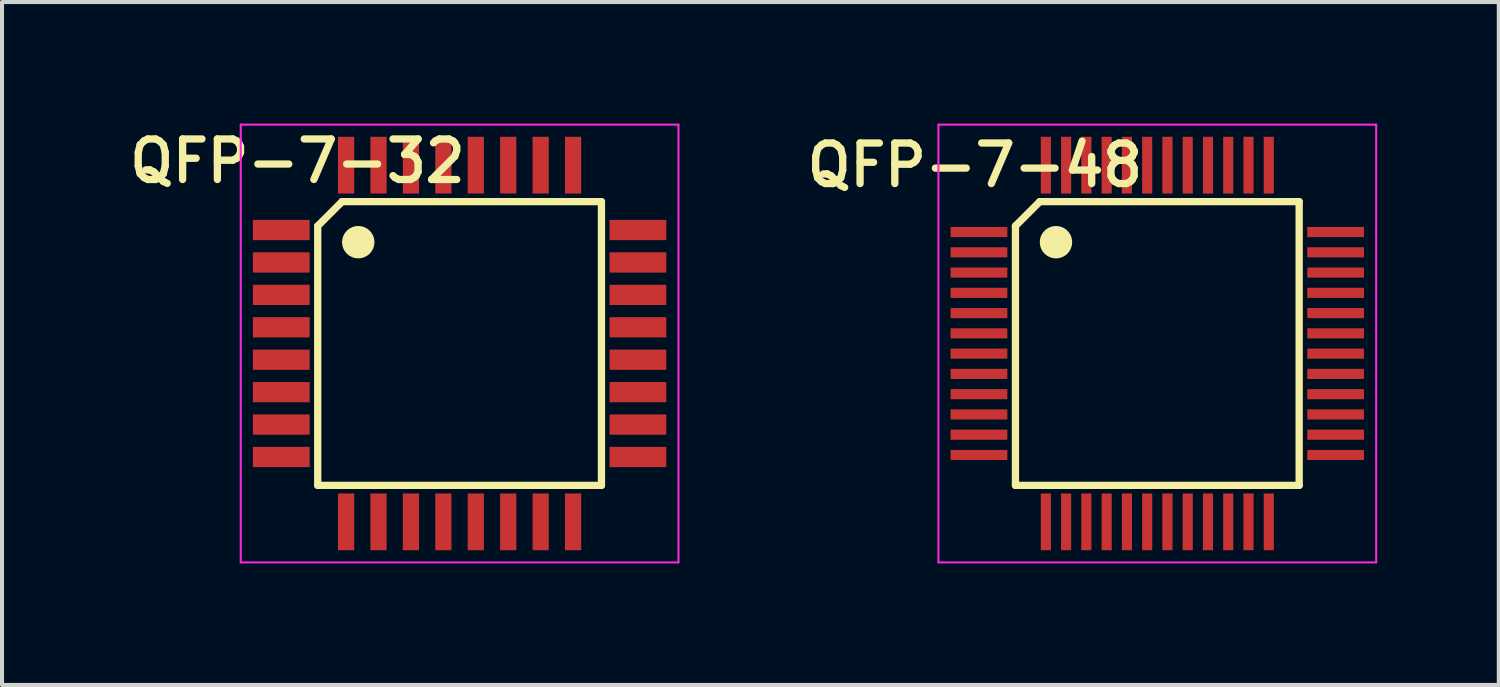
<source format=kicad_pcb>
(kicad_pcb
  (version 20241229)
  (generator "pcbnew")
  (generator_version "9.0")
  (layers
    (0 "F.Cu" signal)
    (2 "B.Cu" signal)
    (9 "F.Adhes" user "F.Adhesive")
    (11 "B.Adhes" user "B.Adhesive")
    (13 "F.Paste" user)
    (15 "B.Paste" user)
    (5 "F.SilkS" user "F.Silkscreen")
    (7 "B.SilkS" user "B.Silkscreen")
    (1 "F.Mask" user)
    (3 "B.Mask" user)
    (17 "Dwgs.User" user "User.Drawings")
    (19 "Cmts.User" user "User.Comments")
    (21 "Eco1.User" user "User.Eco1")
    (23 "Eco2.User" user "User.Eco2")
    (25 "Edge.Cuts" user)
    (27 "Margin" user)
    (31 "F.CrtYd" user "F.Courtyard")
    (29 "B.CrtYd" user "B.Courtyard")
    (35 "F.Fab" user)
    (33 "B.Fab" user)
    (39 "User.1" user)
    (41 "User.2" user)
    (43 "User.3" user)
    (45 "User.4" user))
  (footprint "QFP-7-48"
    (layer "F.Cu")
    (at 25.503 5.425)
    (property "Reference" "QFP-7-48" (at -4.5 -4.4 0) (layer "F.SilkS") (effects (font (size 1 1) (thickness 0.18))))
    (attr through_hole)
    (fp_line (start -3.5 3.5) (end -3.5 -2.9) (stroke (width 0.18) (type solid)) (layer "F.SilkS"))
    (fp_line (start -2.9 -3.5) (end -3.5 -2.9) (stroke (width 0.18) (type solid)) (layer "F.SilkS"))
    (fp_line (start -2.9 -3.5) (end 3.5 -3.5) (stroke (width 0.18) (type solid)) (layer "F.SilkS"))
    (fp_line (start 3.5 -3.5) (end 3.5 3.5) (stroke (width 0.18) (type solid)) (layer "F.SilkS"))
    (fp_line (start 3.5 3.5) (end -3.5 3.5) (stroke (width 0.18) (type solid)) (layer "F.SilkS"))
    (fp_circle (center -2.5 -2.5) (end -2.3 -2.5) (stroke (width 0.4) (type solid)) (fill no) (layer "F.SilkS"))
    (fp_line (start -5.4 -5.4) (end -5.4 5.4) (stroke (width 0.05) (type solid)) (layer "F.CrtYd"))
    (fp_line (start -5.4 5.4) (end 5.4 5.4) (stroke (width 0.05) (type solid)) (layer "F.CrtYd"))
    (fp_line (start 5.4 -5.4) (end -5.4 -5.4) (stroke (width 0.05) (type solid)) (layer "F.CrtYd"))
    (fp_line (start 5.4 5.4) (end 5.4 -5.4) (stroke (width 0.05) (type solid)) (layer "F.CrtYd"))
    (pad "1" smd rect (at -4.4 -2.75) (size 1.4 0.25) (layers "F.Cu" "F.Mask" "F.Paste"))
    (pad "2" smd rect (at -4.4 -2.25) (size 1.4 0.25) (layers "F.Cu" "F.Mask" "F.Paste"))
    (pad "3" smd rect (at -4.4 -1.75) (size 1.4 0.25) (layers "F.Cu" "F.Mask" "F.Paste"))
    (pad "4" smd rect (at -4.4 -1.25) (size 1.4 0.25) (layers "F.Cu" "F.Mask" "F.Paste"))
    (pad "5" smd rect (at -4.4 -0.75) (size 1.4 0.25) (layers "F.Cu" "F.Mask" "F.Paste"))
    (pad "6" smd rect (at -4.4 -0.25) (size 1.4 0.25) (layers "F.Cu" "F.Mask" "F.Paste"))
    (pad "7" smd rect (at -4.4 0.25) (size 1.4 0.25) (layers "F.Cu" "F.Mask" "F.Paste"))
    (pad "8" smd rect (at -4.4 0.75) (size 1.4 0.25) (layers "F.Cu" "F.Mask" "F.Paste"))
    (pad "9" smd rect (at -4.4 1.25) (size 1.4 0.25) (layers "F.Cu" "F.Mask" "F.Paste"))
    (pad "10" smd rect (at -4.4 1.75) (size 1.4 0.25) (layers "F.Cu" "F.Mask" "F.Paste"))
    (pad "11" smd rect (at -4.4 2.25) (size 1.4 0.25) (layers "F.Cu" "F.Mask" "F.Paste"))
    (pad "12" smd rect (at -4.4 2.75) (size 1.4 0.25) (layers "F.Cu" "F.Mask" "F.Paste"))
    (pad "13" smd rect (at -2.75 4.4 90) (size 1.4 0.25) (layers "F.Cu" "F.Mask" "F.Paste"))
    (pad "14" smd rect (at -2.25 4.4 90) (size 1.4 0.25) (layers "F.Cu" "F.Mask" "F.Paste"))
    (pad "15" smd rect (at -1.75 4.4 90) (size 1.4 0.25) (layers "F.Cu" "F.Mask" "F.Paste"))
    (pad "16" smd rect (at -1.25 4.4 90) (size 1.4 0.25) (layers "F.Cu" "F.Mask" "F.Paste"))
    (pad "17" smd rect (at -0.75 4.4 90) (size 1.4 0.25) (layers "F.Cu" "F.Mask" "F.Paste"))
    (pad "18" smd rect (at -0.25 4.4 90) (size 1.4 0.25) (layers "F.Cu" "F.Mask" "F.Paste"))
    (pad "19" smd rect (at 0.25 4.4 90) (size 1.4 0.25) (layers "F.Cu" "F.Mask" "F.Paste"))
    (pad "20" smd rect (at 0.75 4.4 90) (size 1.4 0.25) (layers "F.Cu" "F.Mask" "F.Paste"))
    (pad "21" smd rect (at 1.25 4.4 90) (size 1.4 0.25) (layers "F.Cu" "F.Mask" "F.Paste"))
    (pad "22" smd rect (at 1.75 4.4 90) (size 1.4 0.25) (layers "F.Cu" "F.Mask" "F.Paste"))
    (pad "23" smd rect (at 2.25 4.4 90) (size 1.4 0.25) (layers "F.Cu" "F.Mask" "F.Paste"))
    (pad "24" smd rect (at 2.75 4.4 90) (size 1.4 0.25) (layers "F.Cu" "F.Mask" "F.Paste"))
    (pad "25" smd rect (at 4.4 2.75) (size 1.4 0.25) (layers "F.Cu" "F.Mask" "F.Paste"))
    (pad "26" smd rect (at 4.4 2.25) (size 1.4 0.25) (layers "F.Cu" "F.Mask" "F.Paste"))
    (pad "27" smd rect (at 4.4 1.75) (size 1.4 0.25) (layers "F.Cu" "F.Mask" "F.Paste"))
    (pad "28" smd rect (at 4.4 1.25) (size 1.4 0.25) (layers "F.Cu" "F.Mask" "F.Paste"))
    (pad "29" smd rect (at 4.4 0.75) (size 1.4 0.25) (layers "F.Cu" "F.Mask" "F.Paste"))
    (pad "30" smd rect (at 4.4 0.25) (size 1.4 0.25) (layers "F.Cu" "F.Mask" "F.Paste"))
    (pad "31" smd rect (at 4.4 -0.25) (size 1.4 0.25) (layers "F.Cu" "F.Mask" "F.Paste"))
    (pad "32" smd rect (at 4.4 -0.75) (size 1.4 0.25) (layers "F.Cu" "F.Mask" "F.Paste"))
    (pad "33" smd rect (at 4.4 -1.25) (size 1.4 0.25) (layers "F.Cu" "F.Mask" "F.Paste"))
    (pad "34" smd rect (at 4.4 -1.75) (size 1.4 0.25) (layers "F.Cu" "F.Mask" "F.Paste"))
    (pad "35" smd rect (at 4.4 -2.25) (size 1.4 0.25) (layers "F.Cu" "F.Mask" "F.Paste"))
    (pad "36" smd rect (at 4.4 -2.75) (size 1.4 0.25) (layers "F.Cu" "F.Mask" "F.Paste"))
    (pad "37" smd rect (at 2.75 -4.4 90) (size 1.4 0.25) (layers "F.Cu" "F.Mask" "F.Paste"))
    (pad "38" smd rect (at 2.25 -4.4 90) (size 1.4 0.25) (layers "F.Cu" "F.Mask" "F.Paste"))
    (pad "39" smd rect (at 1.75 -4.4 90) (size 1.4 0.25) (layers "F.Cu" "F.Mask" "F.Paste"))
    (pad "40" smd rect (at 1.25 -4.4 90) (size 1.4 0.25) (layers "F.Cu" "F.Mask" "F.Paste"))
    (pad "41" smd rect (at 0.75 -4.4 90) (size 1.4 0.25) (layers "F.Cu" "F.Mask" "F.Paste"))
    (pad "42" smd rect (at 0.25 -4.4 90) (size 1.4 0.25) (layers "F.Cu" "F.Mask" "F.Paste"))
    (pad "43" smd rect (at -0.25 -4.4 90) (size 1.4 0.25) (layers "F.Cu" "F.Mask" "F.Paste"))
    (pad "44" smd rect (at -0.75 -4.4 90) (size 1.4 0.25) (layers "F.Cu" "F.Mask" "F.Paste"))
    (pad "45" smd rect (at -1.25 -4.4 90) (size 1.4 0.25) (layers "F.Cu" "F.Mask" "F.Paste"))
    (pad "46" smd rect (at -1.75 -4.4 90) (size 1.4 0.25) (layers "F.Cu" "F.Mask" "F.Paste"))
    (pad "47" smd rect (at -2.25 -4.4 90) (size 1.4 0.25) (layers "F.Cu" "F.Mask" "F.Paste"))
    (pad "48" smd rect (at -2.75 -4.4 90) (size 1.4 0.25) (layers "F.Cu" "F.Mask" "F.Paste")))
  (footprint "QFP-7-32"
    (layer "F.Cu")
    (at 8.289 5.425)
    (property "Reference" "QFP-7-32" (at -4 -4.5 0) (layer "F.SilkS") (effects (font (size 1 1) (thickness 0.18))))
    (attr through_hole)
    (fp_line (start -3.5 3.5) (end -3.5 -2.9) (stroke (width 0.18) (type solid)) (layer "F.SilkS"))
    (fp_line (start -2.9 -3.5) (end -3.5 -2.9) (stroke (width 0.18) (type solid)) (layer "F.SilkS"))
    (fp_line (start -2.9 -3.5) (end 3.5 -3.5) (stroke (width 0.18) (type solid)) (layer "F.SilkS"))
    (fp_line (start 3.5 -3.5) (end 3.5 3.5) (stroke (width 0.18) (type solid)) (layer "F.SilkS"))
    (fp_line (start 3.5 3.5) (end -3.5 3.5) (stroke (width 0.18) (type solid)) (layer "F.SilkS"))
    (fp_circle (center -2.5 -2.5) (end -2.3 -2.5) (stroke (width 0.4) (type solid)) (fill no) (layer "F.SilkS"))
    (fp_line (start -5.4 -5.4) (end -5.4 5.4) (stroke (width 0.05) (type solid)) (layer "F.CrtYd"))
    (fp_line (start -5.4 5.4) (end 5.4 5.4) (stroke (width 0.05) (type solid)) (layer "F.CrtYd"))
    (fp_line (start 5.4 -5.4) (end -5.4 -5.4) (stroke (width 0.05) (type solid)) (layer "F.CrtYd"))
    (fp_line (start 5.4 5.4) (end 5.4 -5.4) (stroke (width 0.05) (type solid)) (layer "F.CrtYd"))
    (pad "1" smd rect (at -4.4 -2.8) (size 1.4 0.5) (layers "F.Cu" "F.Mask" "F.Paste"))
    (pad "2" smd rect (at -4.4 -2) (size 1.4 0.5) (layers "F.Cu" "F.Mask" "F.Paste"))
    (pad "3" smd rect (at -4.4 -1.2) (size 1.4 0.5) (layers "F.Cu" "F.Mask" "F.Paste"))
    (pad "4" smd rect (at -4.4 -0.4) (size 1.4 0.5) (layers "F.Cu" "F.Mask" "F.Paste"))
    (pad "5" smd rect (at -4.4 0.4) (size 1.4 0.5) (layers "F.Cu" "F.Mask" "F.Paste"))
    (pad "6" smd rect (at -4.4 1.2) (size 1.4 0.5) (layers "F.Cu" "F.Mask" "F.Paste"))
    (pad "7" smd rect (at -4.4 2) (size 1.4 0.5) (layers "F.Cu" "F.Mask" "F.Paste"))
    (pad "8" smd rect (at -4.4 2.8) (size 1.4 0.5) (layers "F.Cu" "F.Mask" "F.Paste"))
    (pad "9" smd rect (at -2.8 4.4 90) (size 1.4 0.4) (layers "F.Cu" "F.Mask" "F.Paste"))
    (pad "10" smd rect (at -2 4.4 90) (size 1.4 0.4) (layers "F.Cu" "F.Mask" "F.Paste"))
    (pad "11" smd rect (at -1.2 4.4 90) (size 1.4 0.4) (layers "F.Cu" "F.Mask" "F.Paste"))
    (pad "12" smd rect (at -0.4 4.4 90) (size 1.4 0.4) (layers "F.Cu" "F.Mask" "F.Paste"))
    (pad "13" smd rect (at 0.4 4.4 90) (size 1.4 0.4) (layers "F.Cu" "F.Mask" "F.Paste"))
    (pad "14" smd rect (at 1.2 4.4 90) (size 1.4 0.4) (layers "F.Cu" "F.Mask" "F.Paste"))
    (pad "15" smd rect (at 2 4.4 90) (size 1.4 0.4) (layers "F.Cu" "F.Mask" "F.Paste"))
    (pad "16" smd rect (at 2.8 4.4 90) (size 1.4 0.4) (layers "F.Cu" "F.Mask" "F.Paste"))
    (pad "17" smd rect (at 4.4 2.8) (size 1.4 0.5) (layers "F.Cu" "F.Mask" "F.Paste"))
    (pad "18" smd rect (at 4.4 2) (size 1.4 0.5) (layers "F.Cu" "F.Mask" "F.Paste"))
    (pad "19" smd rect (at 4.4 1.2) (size 1.4 0.5) (layers "F.Cu" "F.Mask" "F.Paste"))
    (pad "20" smd rect (at 4.4 0.4) (size 1.4 0.5) (layers "F.Cu" "F.Mask" "F.Paste"))
    (pad "21" smd rect (at 4.4 -0.4) (size 1.4 0.5) (layers "F.Cu" "F.Mask" "F.Paste"))
    (pad "22" smd rect (at 4.4 -1.2) (size 1.4 0.5) (layers "F.Cu" "F.Mask" "F.Paste"))
    (pad "23" smd rect (at 4.4 -2) (size 1.4 0.5) (layers "F.Cu" "F.Mask" "F.Paste"))
    (pad "24" smd rect (at 4.4 -2.8) (size 1.4 0.5) (layers "F.Cu" "F.Mask" "F.Paste"))
    (pad "25" smd rect (at 2.8 -4.4 90) (size 1.4 0.4) (layers "F.Cu" "F.Mask" "F.Paste"))
    (pad "26" smd rect (at 2 -4.4 90) (size 1.4 0.4) (layers "F.Cu" "F.Mask" "F.Paste"))
    (pad "27" smd rect (at 1.2 -4.4 90) (size 1.4 0.4) (layers "F.Cu" "F.Mask" "F.Paste"))
    (pad "28" smd rect (at 0.4 -4.4 90) (size 1.4 0.4) (layers "F.Cu" "F.Mask" "F.Paste"))
    (pad "29" smd rect (at -0.4 -4.4 90) (size 1.4 0.4) (layers "F.Cu" "F.Mask" "F.Paste"))
    (pad "30" smd rect (at -1.2 -4.4 90) (size 1.4 0.4) (layers "F.Cu" "F.Mask" "F.Paste"))
    (pad "31" smd rect (at -2 -4.4 90) (size 1.4 0.4) (layers "F.Cu" "F.Mask" "F.Paste"))
    (pad "32" smd rect (at -2.8 -4.4 90) (size 1.4 0.4) (layers "F.Cu" "F.Mask" "F.Paste")))
  (gr_rect
    (start -3 -3)
    (end 33.928 13.85)
    (stroke (width 0.1) (type default))
    (fill no)
    (layer "Edge.Cuts")))
</source>
